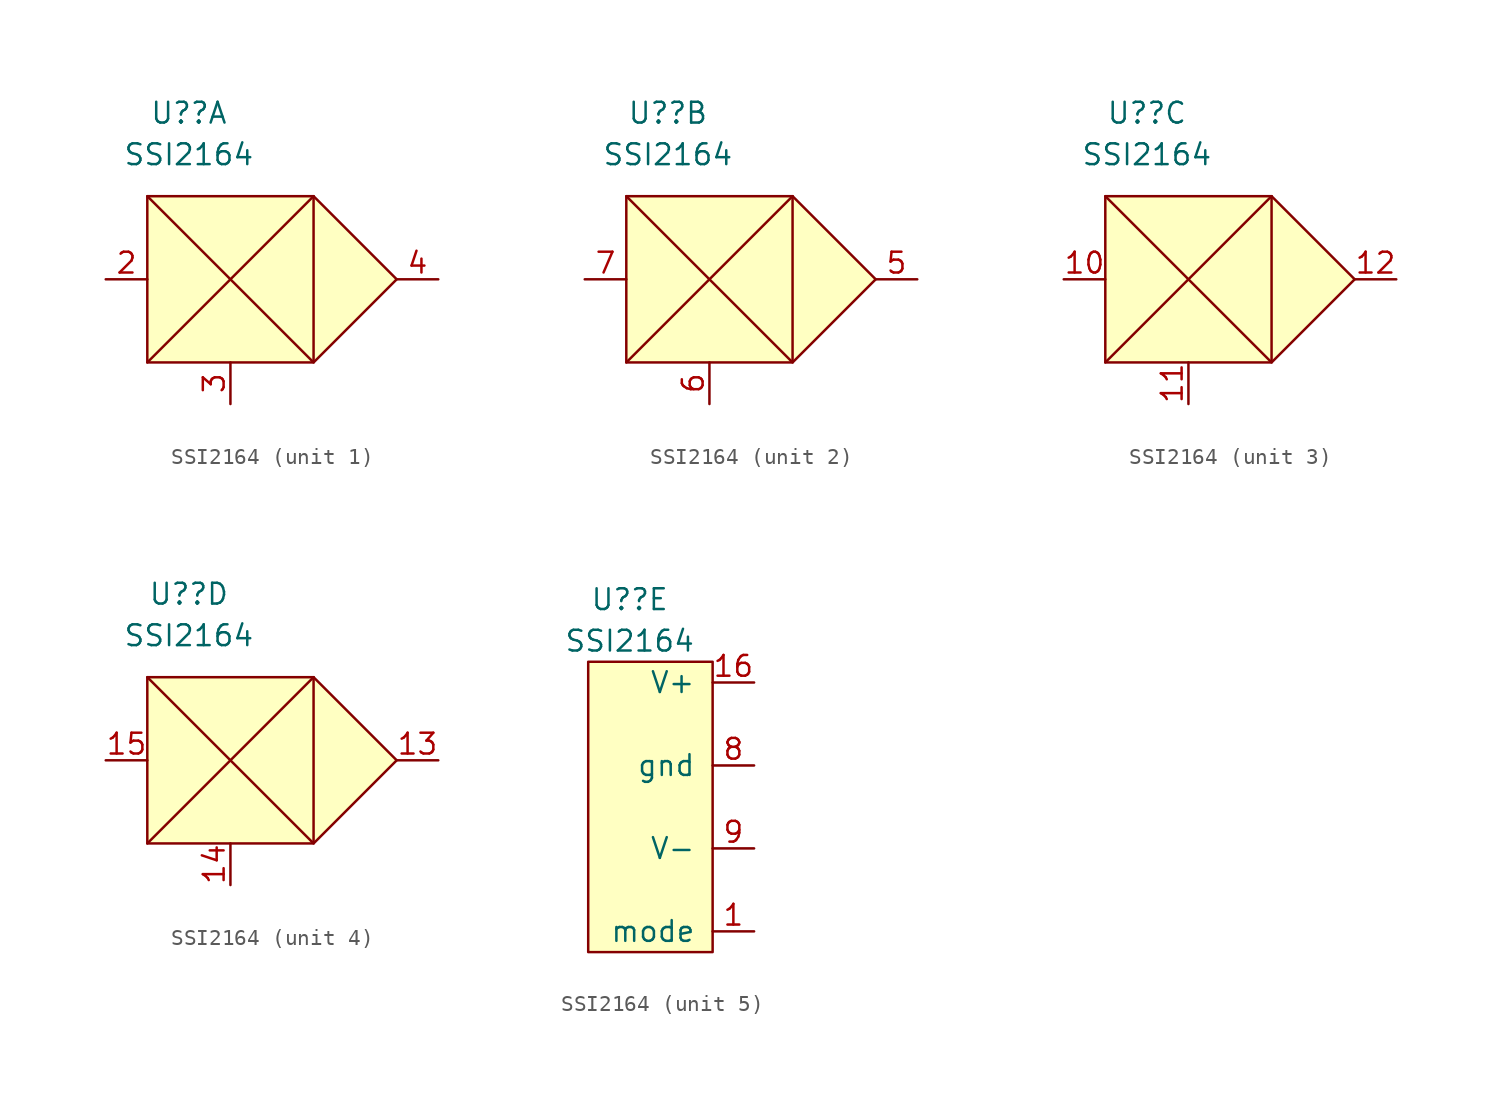
<source format=kicad_sym>
(kicad_symbol_lib
  (version 20211014)
  (generator kicad_symbol_editor)
  (symbol "SSI2164"
    (pin_names
      (offset 1.016))
    (property "Reference" "U?"
      (at -2.54 10.16 0)
      (effects (font (size 1.27 1.27))))
    (property "Value" "SSI2164"
      (at -2.54 7.62 0)
      (effects (font (size 1.27 1.27))))
    (property "ki_locked" ""
      (at 0 0 0)
      (effects (font (size 1.27 1.27))))
    (symbol "SSI2164_1_1"
      (rectangle (start -5.08 5.08) (end 5.08 -5.08) (stroke (width 0) (type default) (color 0 0 0 0)) (fill (type background)))
      (polyline (pts (xy 5.08 5.08) (xy -5.08 -5.08)) (stroke (width 0) (type default) (color 0 0 0 0)) (fill (type none)))
      (polyline (pts (xy 5.08 5.08) (xy 10.16 0) (xy 5.08 -5.08) (xy -5.08 5.08)) (stroke (width 0) (type default) (color 0 0 0 0)) (fill (type background)))
      (pin input line (at -7.62 0 0) (length 2.54) (name "~" (effects (font (size 1.27 1.27)))) (number "2" (effects (font (size 1.27 1.27)))))
      (pin input line (at 0 -7.62 90) (length 2.54) (name "~" (effects (font (size 1.27 1.27)))) (number "3" (effects (font (size 1.27 1.27)))))
      (pin output line (at 12.7 0 180) (length 2.54) (name "~" (effects (font (size 1.27 1.27)))) (number "4" (effects (font (size 1.27 1.27))))))
    (symbol "SSI2164_2_1"
      (rectangle (start -5.08 5.08) (end 5.08 -5.08) (stroke (width 0) (type default) (color 0 0 0 0)) (fill (type background)))
      (polyline (pts (xy 5.08 5.08) (xy -5.08 -5.08)) (stroke (width 0) (type default) (color 0 0 0 0)) (fill (type none)))
      (polyline (pts (xy 5.08 5.08) (xy 10.16 0) (xy 5.08 -5.08) (xy -5.08 5.08)) (stroke (width 0) (type default) (color 0 0 0 0)) (fill (type background)))
      (pin output line (at 12.7 0 180) (length 2.54) (name "~" (effects (font (size 1.27 1.27)))) (number "5" (effects (font (size 1.27 1.27)))))
      (pin input line (at 0 -7.62 90) (length 2.54) (name "~" (effects (font (size 1.27 1.27)))) (number "6" (effects (font (size 1.27 1.27)))))
      (pin input line (at -7.62 0 0) (length 2.54) (name "~" (effects (font (size 1.27 1.27)))) (number "7" (effects (font (size 1.27 1.27))))))
    (symbol "SSI2164_3_1"
      (rectangle (start -5.08 5.08) (end 5.08 -5.08) (stroke (width 0) (type default) (color 0 0 0 0)) (fill (type background)))
      (polyline (pts (xy 5.08 5.08) (xy -5.08 -5.08)) (stroke (width 0) (type default) (color 0 0 0 0)) (fill (type none)))
      (polyline (pts (xy 5.08 5.08) (xy 10.16 0) (xy 5.08 -5.08) (xy -5.08 5.08)) (stroke (width 0) (type default) (color 0 0 0 0)) (fill (type background)))
      (pin input line (at -7.62 0 0) (length 2.54) (name "~" (effects (font (size 1.27 1.27)))) (number "10" (effects (font (size 1.27 1.27)))))
      (pin input line (at 0 -7.62 90) (length 2.54) (name "~" (effects (font (size 1.27 1.27)))) (number "11" (effects (font (size 1.27 1.27)))))
      (pin output line (at 12.7 0 180) (length 2.54) (name "~" (effects (font (size 1.27 1.27)))) (number "12" (effects (font (size 1.27 1.27))))))
    (symbol "SSI2164_4_1"
      (rectangle (start -5.08 5.08) (end 5.08 -5.08) (stroke (width 0) (type default) (color 0 0 0 0)) (fill (type background)))
      (polyline (pts (xy 5.08 5.08) (xy -5.08 -5.08)) (stroke (width 0) (type default) (color 0 0 0 0)) (fill (type none)))
      (polyline (pts (xy 5.08 5.08) (xy 10.16 0) (xy 5.08 -5.08) (xy -5.08 5.08)) (stroke (width 0) (type default) (color 0 0 0 0)) (fill (type background)))
      (pin output line (at 12.7 0 180) (length 2.54) (name "~" (effects (font (size 1.27 1.27)))) (number "13" (effects (font (size 1.27 1.27)))))
      (pin input line (at 0 -7.62 90) (length 2.54) (name "~" (effects (font (size 1.27 1.27)))) (number "14" (effects (font (size 1.27 1.27)))))
      (pin input line (at -7.62 0 0) (length 2.54) (name "~" (effects (font (size 1.27 1.27)))) (number "15" (effects (font (size 1.27 1.27))))))
    (symbol "SSI2164_5_1"
      (rectangle (start 2.54 6.35) (end -5.08 -11.43) (stroke (width 0) (type default) (color 0 0 0 0)) (fill (type background)))
      (pin input line (at 5.08 -10.16 180) (length 2.54) (name "mode" (effects (font (size 1.27 1.27)))) (number "1" (effects (font (size 1.27 1.27)))))
      (pin power_in line (at 5.08 5.08 180) (length 2.54) (name "V+" (effects (font (size 1.27 1.27)))) (number "16" (effects (font (size 1.27 1.27)))))
      (pin power_in line (at 5.08 0 180) (length 2.54) (name "gnd" (effects (font (size 1.27 1.27)))) (number "8" (effects (font (size 1.27 1.27)))))
      (pin power_in line (at 5.08 -5.08 180) (length 2.54) (name "V-" (effects (font (size 1.27 1.27)))) (number "9" (effects (font (size 1.27 1.27))))))))
</source>
